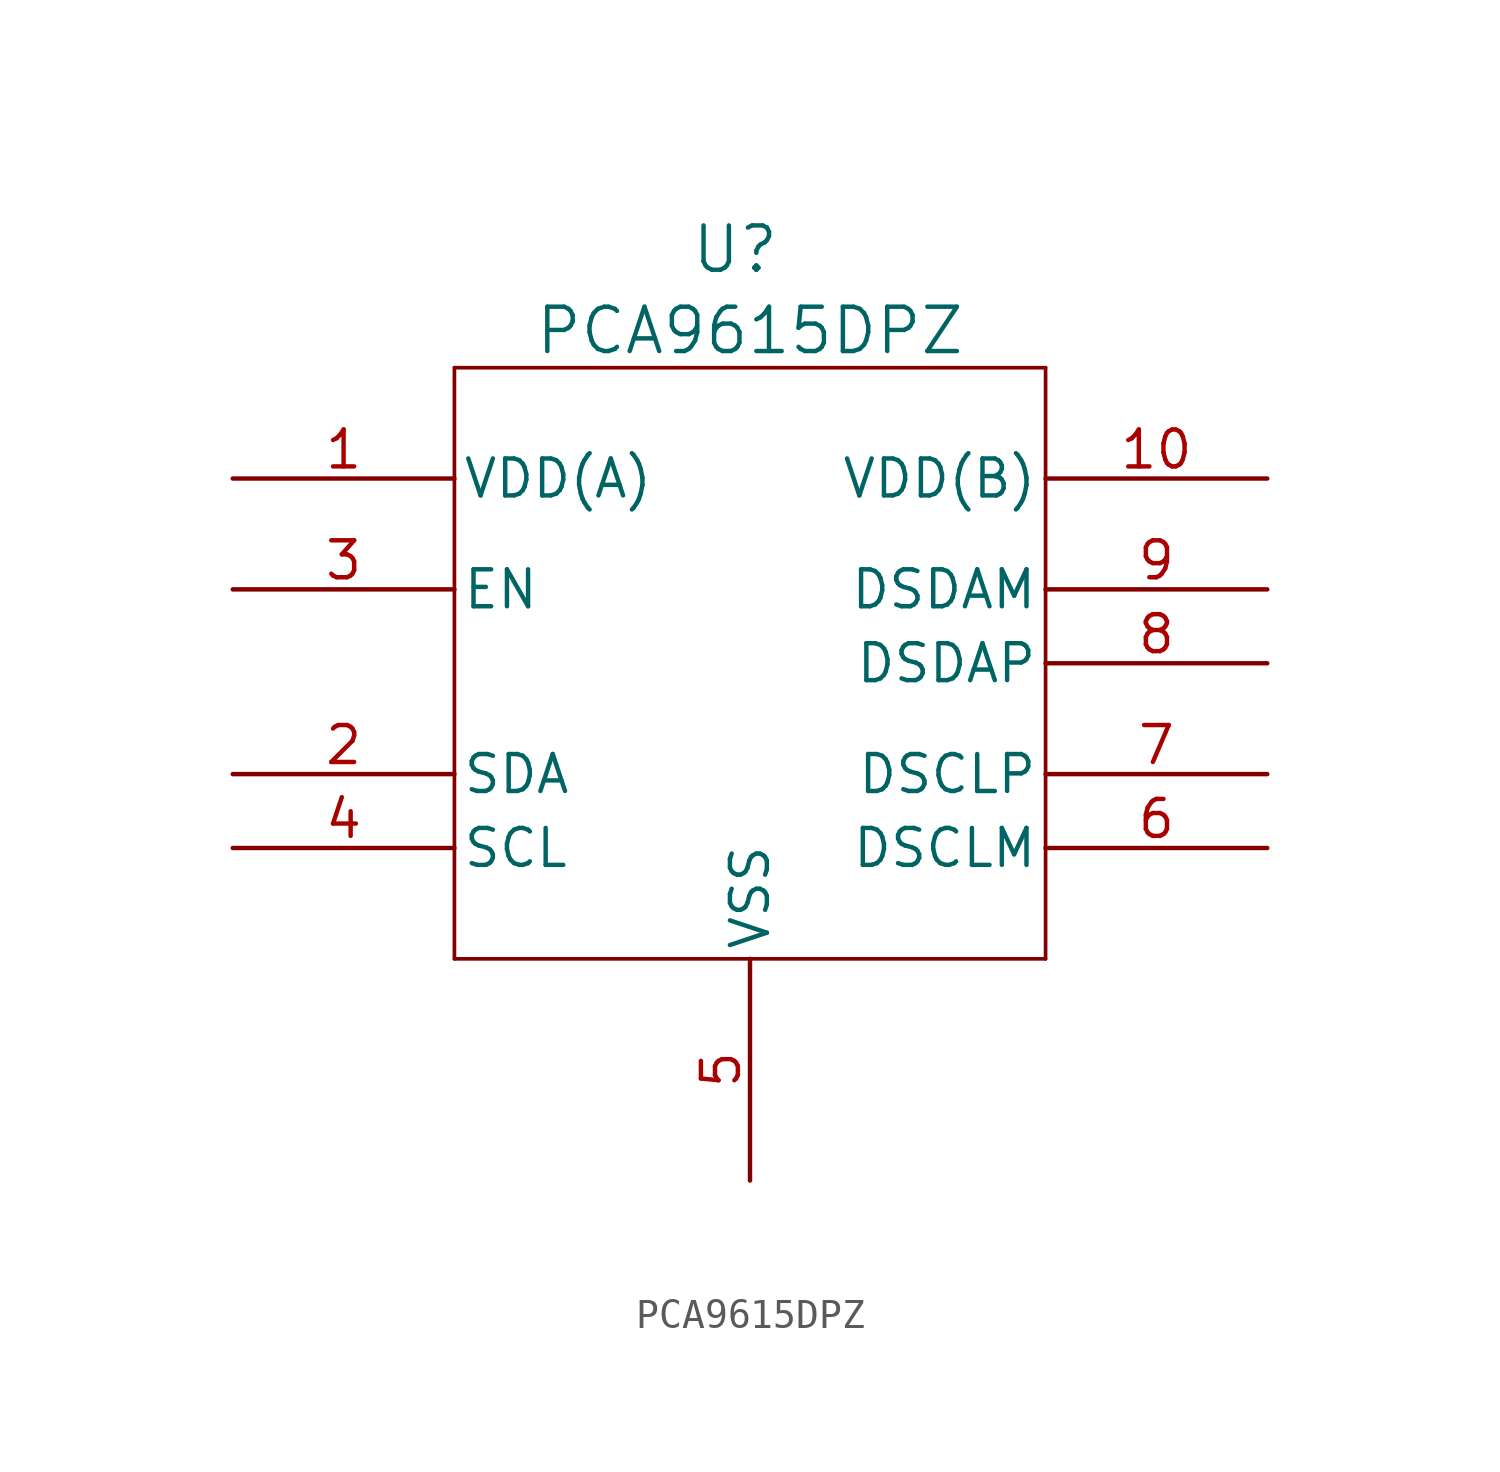
<source format=kicad_sym>
(kicad_symbol_lib
  (version 20231120)
  (generator "kicad_symbol_editor")
  (generator_version "8.0")
  (symbol "PCA9615DPZ"
    (pin_names
      (offset 0.254))
    (property "Reference" "U"
      (at 17.272 9.144 0)
      (effects (font (size 1.524 1.524))))
    (property "Value" "PCA9615DPZ"
      (at 17.78 6.35 0)
      (effects (font (size 1.524 1.524))))
    (property "ki_locked" ""
      (at 0 0 0)
      (effects (font (size 1.27 1.27))))
    (symbol "PCA9615DPZ_0_1"
      (polyline (pts (xy 7.62 -15.24) (xy 27.94 -15.24)) (stroke (width 0.127) (type default)) (fill (type none)))
      (polyline (pts (xy 7.62 5.08) (xy 7.62 -15.24)) (stroke (width 0.127) (type default)) (fill (type none)))
      (polyline (pts (xy 27.94 5.08) (xy 7.62 5.08)) (stroke (width 0.127) (type default)) (fill (type none)))
      (pin power_in line (at 0 1.27 0) (length 7.62) (name "VDD(A)" (effects (font (size 1.27 1.27)))) (number "1" (effects (font (size 1.27 1.27)))))
      (pin power_in line (at 35.56 1.27 180) (length 7.62) (name "VDD(B)" (effects (font (size 1.27 1.27)))) (number "10" (effects (font (size 1.27 1.27)))))
      (pin bidirectional line (at 0 -8.89 0) (length 7.62) (name "SDA" (effects (font (size 1.27 1.27)))) (number "2" (effects (font (size 1.27 1.27)))))
      (pin input line (at 0 -2.54 0) (length 7.62) (name "EN" (effects (font (size 1.27 1.27)))) (number "3" (effects (font (size 1.27 1.27)))))
      (pin bidirectional line (at 0 -11.43 0) (length 7.62) (name "SCL" (effects (font (size 1.27 1.27)))) (number "4" (effects (font (size 1.27 1.27)))))
      (pin power_out line (at 17.78 -22.86 90) (length 7.62) (name "VSS" (effects (font (size 1.27 1.27)))) (number "5" (effects (font (size 1.27 1.27)))))
      (pin bidirectional line (at 35.56 -11.43 180) (length 7.62) (name "DSCLM" (effects (font (size 1.27 1.27)))) (number "6" (effects (font (size 1.27 1.27)))))
      (pin bidirectional line (at 35.56 -8.89 180) (length 7.62) (name "DSCLP" (effects (font (size 1.27 1.27)))) (number "7" (effects (font (size 1.27 1.27)))))
      (pin bidirectional line (at 35.56 -5.08 180) (length 7.62) (name "DSDAP" (effects (font (size 1.27 1.27)))) (number "8" (effects (font (size 1.27 1.27)))))
      (pin bidirectional line (at 35.56 -2.54 180) (length 7.62) (name "DSDAM" (effects (font (size 1.27 1.27)))) (number "9" (effects (font (size 1.27 1.27))))))
    (symbol "PCA9615DPZ_1_1"
      (polyline (pts (xy 27.94 -15.24) (xy 27.94 5.08)) (stroke (width 0.127) (type default)) (fill (type none))))))
</source>
